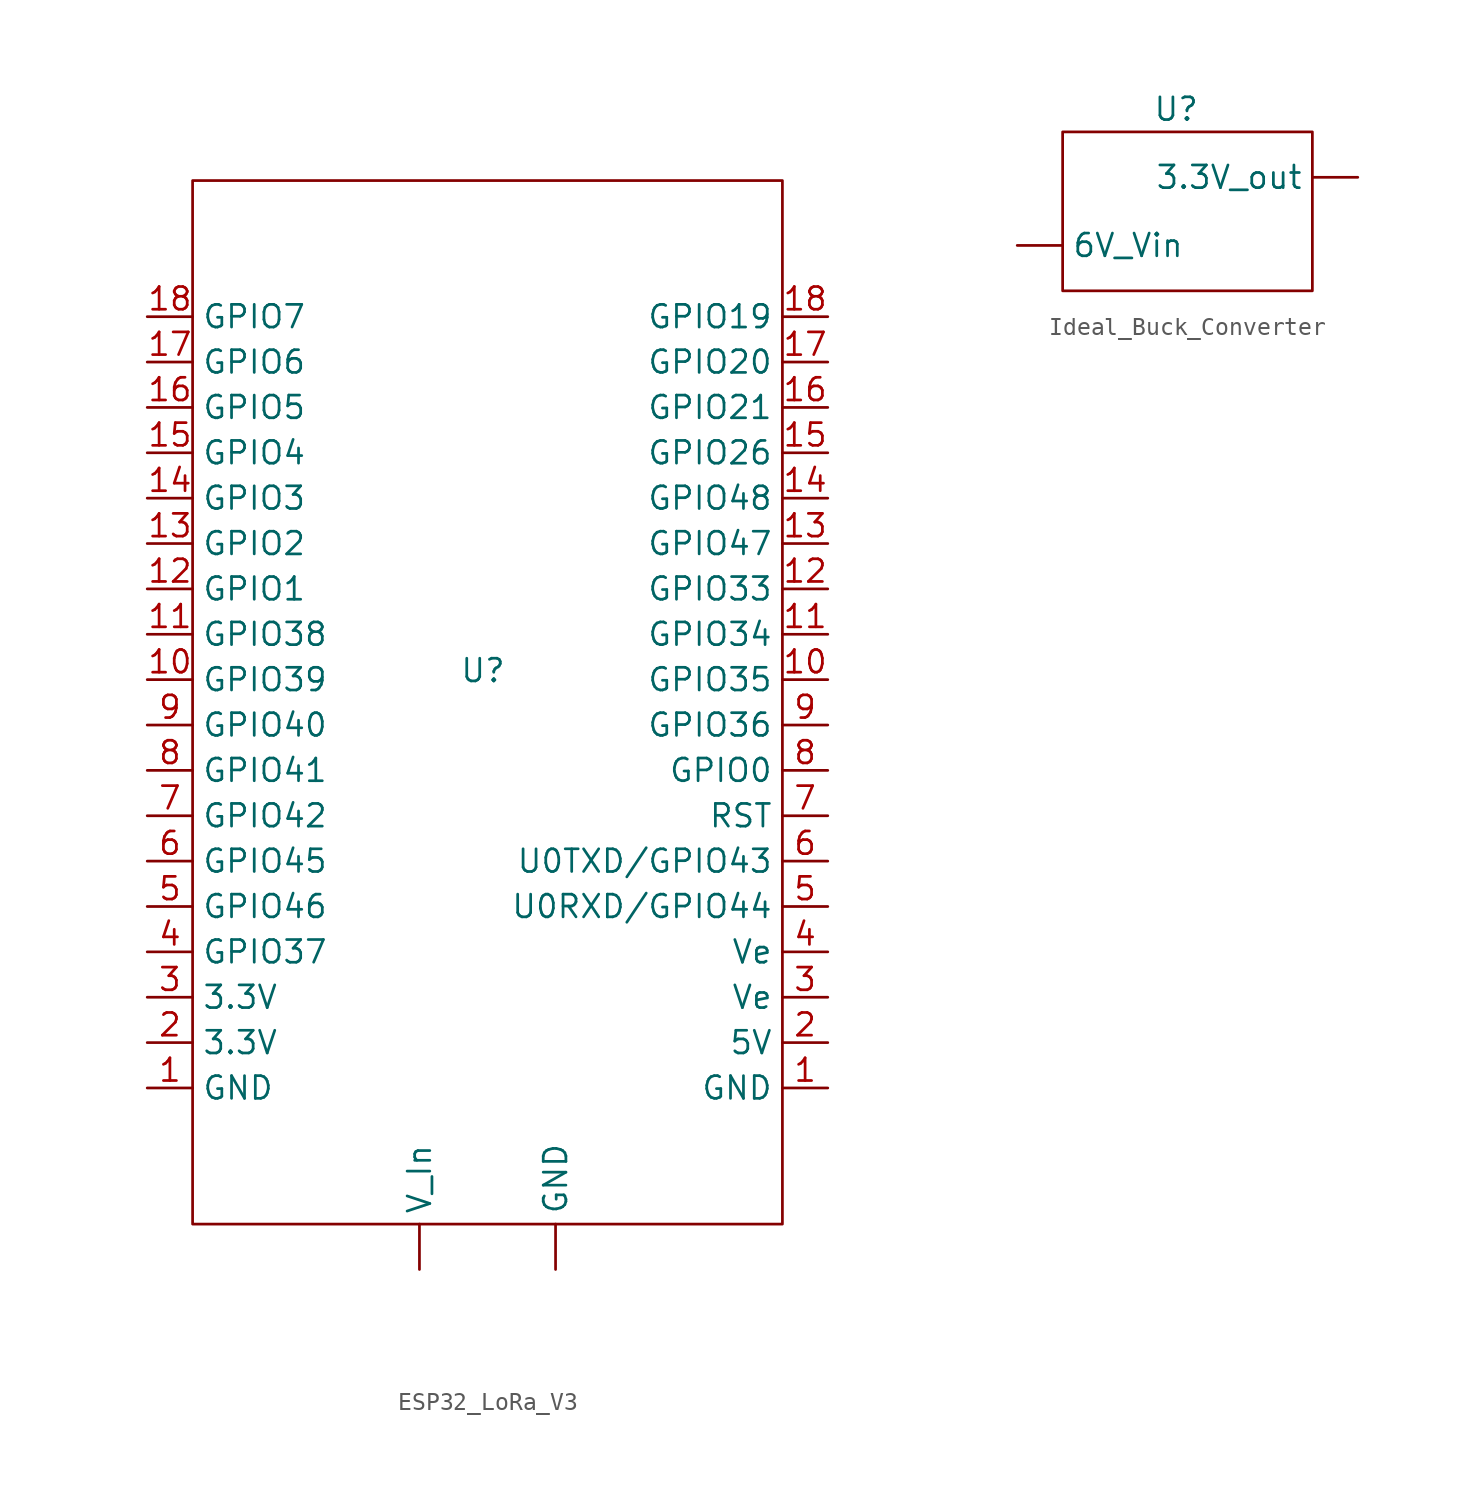
<source format=kicad_sym>
(kicad_symbol_lib
  (version 20241209)
  (generator "kicad_symbol_editor")
  (generator_version "9.0")
  (symbol "ESP32_LoRa_V3"
    (property "Reference" "U"
      (at -0.254 -2.032 0)
      (effects (font (size 1.27 1.27))))
    (property "Value" ""
      (at 0 0 0)
      (effects (font (size 1.27 1.27))))
    (symbol "ESP32_LoRa_V3_0_1"
      (rectangle (start -16.51 25.4) (end 16.51 -33.02) (stroke (width 0) (type default)) (fill (type none))))
    (symbol "ESP32_LoRa_V3_1_1"
      (pin bidirectional line (at -19.05 17.78 0) (length 2.54) (name "GPIO7" (effects (font (size 1.27 1.27)))) (number "18" (effects (font (size 1.27 1.27)))))
      (pin bidirectional line (at -19.05 15.24 0) (length 2.54) (name "GPIO6" (effects (font (size 1.27 1.27)))) (number "17" (effects (font (size 1.27 1.27)))))
      (pin bidirectional line (at -19.05 12.7 0) (length 2.54) (name "GPIO5" (effects (font (size 1.27 1.27)))) (number "16" (effects (font (size 1.27 1.27)))))
      (pin bidirectional line (at -19.05 10.16 0) (length 2.54) (name "GPIO4" (effects (font (size 1.27 1.27)))) (number "15" (effects (font (size 1.27 1.27)))))
      (pin bidirectional line (at -19.05 7.62 0) (length 2.54) (name "GPIO3" (effects (font (size 1.27 1.27)))) (number "14" (effects (font (size 1.27 1.27)))))
      (pin bidirectional line (at -19.05 5.08 0) (length 2.54) (name "GPIO2" (effects (font (size 1.27 1.27)))) (number "13" (effects (font (size 1.27 1.27)))))
      (pin bidirectional line (at -19.05 2.54 0) (length 2.54) (name "GPIO1" (effects (font (size 1.27 1.27)))) (number "12" (effects (font (size 1.27 1.27)))))
      (pin bidirectional line (at -19.05 0 0) (length 2.54) (name "GPIO38" (effects (font (size 1.27 1.27)))) (number "11" (effects (font (size 1.27 1.27)))))
      (pin bidirectional line (at -19.05 -2.54 0) (length 2.54) (name "GPIO39" (effects (font (size 1.27 1.27)))) (number "10" (effects (font (size 1.27 1.27)))))
      (pin bidirectional line (at -19.05 -5.08 0) (length 2.54) (name "GPIO40" (effects (font (size 1.27 1.27)))) (number "9" (effects (font (size 1.27 1.27)))))
      (pin bidirectional line (at -19.05 -7.62 0) (length 2.54) (name "GPIO41" (effects (font (size 1.27 1.27)))) (number "8" (effects (font (size 1.27 1.27)))))
      (pin bidirectional line (at -19.05 -10.16 0) (length 2.54) (name "GPIO42" (effects (font (size 1.27 1.27)))) (number "7" (effects (font (size 1.27 1.27)))))
      (pin bidirectional line (at -19.05 -12.7 0) (length 2.54) (name "GPIO45" (effects (font (size 1.27 1.27)))) (number "6" (effects (font (size 1.27 1.27)))))
      (pin bidirectional line (at -19.05 -15.24 0) (length 2.54) (name "GPIO46" (effects (font (size 1.27 1.27)))) (number "5" (effects (font (size 1.27 1.27)))))
      (pin bidirectional line (at -19.05 -17.78 0) (length 2.54) (name "GPIO37" (effects (font (size 1.27 1.27)))) (number "4" (effects (font (size 1.27 1.27)))))
      (pin output line (at -19.05 -20.32 0) (length 2.54) (name "3.3V" (effects (font (size 1.27 1.27)))) (number "3" (effects (font (size 1.27 1.27)))))
      (pin output line (at -19.05 -22.86 0) (length 2.54) (name "3.3V" (effects (font (size 1.27 1.27)))) (number "2" (effects (font (size 1.27 1.27)))))
      (pin output line (at -19.05 -25.4 0) (length 2.54) (name "GND" (effects (font (size 1.27 1.27)))) (number "1" (effects (font (size 1.27 1.27)))))
      (pin power_in line (at -3.81 -35.56 90) (length 2.54) (name "V_In" (effects (font (size 1.27 1.27)))) (number "" (effects (font (size 1.27 1.27)))))
      (pin power_in line (at 3.81 -35.56 90) (length 2.54) (name "GND" (effects (font (size 1.27 1.27)))) (number "" (effects (font (size 1.27 1.27)))))
      (pin bidirectional line (at 19.05 17.78 180) (length 2.54) (name "GPIO19" (effects (font (size 1.27 1.27)))) (number "18" (effects (font (size 1.27 1.27)))))
      (pin bidirectional line (at 19.05 15.24 180) (length 2.54) (name "GPIO20" (effects (font (size 1.27 1.27)))) (number "17" (effects (font (size 1.27 1.27)))))
      (pin bidirectional line (at 19.05 12.7 180) (length 2.54) (name "GPIO21" (effects (font (size 1.27 1.27)))) (number "16" (effects (font (size 1.27 1.27)))))
      (pin bidirectional line (at 19.05 10.16 180) (length 2.54) (name "GPIO26" (effects (font (size 1.27 1.27)))) (number "15" (effects (font (size 1.27 1.27)))))
      (pin bidirectional line (at 19.05 7.62 180) (length 2.54) (name "GPIO48" (effects (font (size 1.27 1.27)))) (number "14" (effects (font (size 1.27 1.27)))))
      (pin bidirectional line (at 19.05 5.08 180) (length 2.54) (name "GPIO47" (effects (font (size 1.27 1.27)))) (number "13" (effects (font (size 1.27 1.27)))))
      (pin bidirectional line (at 19.05 2.54 180) (length 2.54) (name "GPIO33" (effects (font (size 1.27 1.27)))) (number "12" (effects (font (size 1.27 1.27)))))
      (pin bidirectional line (at 19.05 0 180) (length 2.54) (name "GPIO34" (effects (font (size 1.27 1.27)))) (number "11" (effects (font (size 1.27 1.27)))))
      (pin bidirectional line (at 19.05 -2.54 180) (length 2.54) (name "GPIO35" (effects (font (size 1.27 1.27)))) (number "10" (effects (font (size 1.27 1.27)))))
      (pin bidirectional line (at 19.05 -5.08 180) (length 2.54) (name "GPIO36" (effects (font (size 1.27 1.27)))) (number "9" (effects (font (size 1.27 1.27)))))
      (pin bidirectional line (at 19.05 -7.62 180) (length 2.54) (name "GPIO0" (effects (font (size 1.27 1.27)))) (number "8" (effects (font (size 1.27 1.27)))))
      (pin bidirectional line (at 19.05 -10.16 180) (length 2.54) (name "RST" (effects (font (size 1.27 1.27)))) (number "7" (effects (font (size 1.27 1.27)))))
      (pin bidirectional line (at 19.05 -12.7 180) (length 2.54) (name "U0TXD/GPIO43" (effects (font (size 1.27 1.27)))) (number "6" (effects (font (size 1.27 1.27)))))
      (pin bidirectional line (at 19.05 -15.24 180) (length 2.54) (name "U0RXD/GPIO44" (effects (font (size 1.27 1.27)))) (number "5" (effects (font (size 1.27 1.27)))))
      (pin output line (at 19.05 -17.78 180) (length 2.54) (name "Ve" (effects (font (size 1.27 1.27)))) (number "4" (effects (font (size 1.27 1.27)))))
      (pin output line (at 19.05 -20.32 180) (length 2.54) (name "Ve" (effects (font (size 1.27 1.27)))) (number "3" (effects (font (size 1.27 1.27)))))
      (pin output line (at 19.05 -22.86 180) (length 2.54) (name "5V" (effects (font (size 1.27 1.27)))) (number "2" (effects (font (size 1.27 1.27)))))
      (pin output line (at 19.05 -25.4 180) (length 2.54) (name "GND" (effects (font (size 1.27 1.27)))) (number "1" (effects (font (size 1.27 1.27)))))))
  (symbol "Ideal_Buck_Converter"
    (property "Reference" "U"
      (at 0 0 0)
      (effects (font (size 1.27 1.27))))
    (property "Value" ""
      (at 0 0 0)
      (effects (font (size 1.27 1.27))))
    (symbol "Ideal_Buck_Converter_0_1"
      (rectangle (start -6.35 -1.27) (end 7.62 -10.16) (stroke (width 0) (type default)) (fill (type none))))
    (symbol "Ideal_Buck_Converter_1_1"
      (pin input line (at -8.89 -7.62 0) (length 2.54) (name "6V_Vin" (effects (font (size 1.27 1.27)))) (number "" (effects (font (size 1.27 1.27)))))
      (pin output line (at 10.16 -3.81 180) (length 2.54) (name "3.3V_out" (effects (font (size 1.27 1.27)))) (number "" (effects (font (size 1.27 1.27))))))))
</source>
